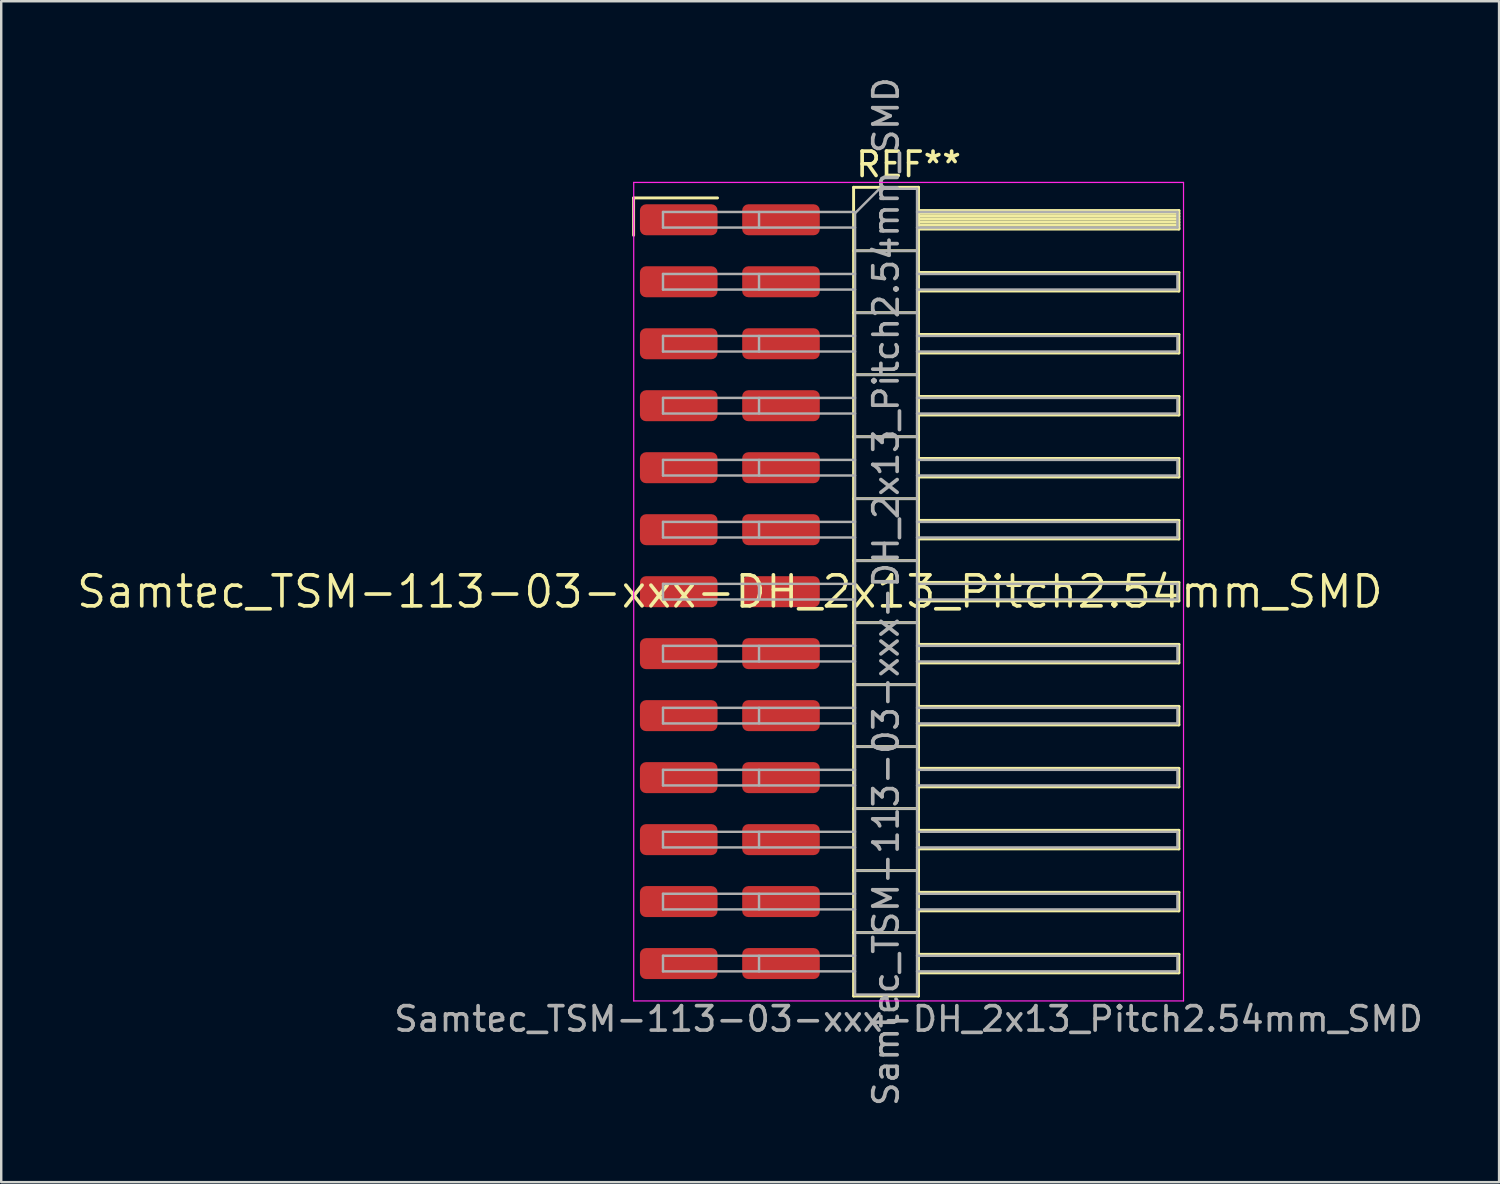
<source format=kicad_pcb>
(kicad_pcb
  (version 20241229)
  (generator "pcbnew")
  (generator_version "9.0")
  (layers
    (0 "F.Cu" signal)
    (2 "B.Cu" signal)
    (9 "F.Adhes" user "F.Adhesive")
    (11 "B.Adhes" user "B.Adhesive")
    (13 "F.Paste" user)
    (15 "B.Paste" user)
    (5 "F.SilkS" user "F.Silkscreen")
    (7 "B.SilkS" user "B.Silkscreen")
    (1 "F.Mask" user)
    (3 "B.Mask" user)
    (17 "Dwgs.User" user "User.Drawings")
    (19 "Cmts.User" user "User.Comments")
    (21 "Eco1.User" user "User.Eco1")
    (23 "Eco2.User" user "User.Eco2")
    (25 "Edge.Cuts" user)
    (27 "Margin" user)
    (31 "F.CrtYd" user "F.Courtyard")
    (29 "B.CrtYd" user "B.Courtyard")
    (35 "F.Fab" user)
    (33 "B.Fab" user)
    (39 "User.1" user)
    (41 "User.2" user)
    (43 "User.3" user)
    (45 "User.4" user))
  (footprint "Samtec_TSM-113-03-xxx-DH_2x13_Pitch2.54mm_SMD"
    (layer "F.Cu")
    (at 26.859 21.196)
    (property "Reference" "Samtec_TSM-113-03-xxx-DH_2x13_Pitch2.54mm_SMD" (at 0 0 0) (layer "F.SilkS") (effects (font (size 1.27 1.27) (thickness 0.15))))
    (attr smd)
    (fp_line (start -3.945 -16.135) (end -0.505 -16.135) (stroke (width 0.12) (type solid)) (layer "F.SilkS"))
    (fp_line (start -3.945 -14.605) (end -3.945 -16.135) (stroke (width 0.12) (type solid)) (layer "F.SilkS"))
    (fp_line (start 5.07 -16.57) (end 7.73 -16.57) (stroke (width 0.12) (type solid)) (layer "F.SilkS"))
    (fp_line (start 5.07 -13.97) (end 7.73 -13.97) (stroke (width 0.12) (type solid)) (layer "F.SilkS"))
    (fp_line (start 5.07 -11.43) (end 7.73 -11.43) (stroke (width 0.12) (type solid)) (layer "F.SilkS"))
    (fp_line (start 5.07 -8.89) (end 7.73 -8.89) (stroke (width 0.12) (type solid)) (layer "F.SilkS"))
    (fp_line (start 5.07 -6.35) (end 7.73 -6.35) (stroke (width 0.12) (type solid)) (layer "F.SilkS"))
    (fp_line (start 5.07 -3.81) (end 7.73 -3.81) (stroke (width 0.12) (type solid)) (layer "F.SilkS"))
    (fp_line (start 5.07 -1.27) (end 7.73 -1.27) (stroke (width 0.12) (type solid)) (layer "F.SilkS"))
    (fp_line (start 5.07 1.27) (end 7.73 1.27) (stroke (width 0.12) (type solid)) (layer "F.SilkS"))
    (fp_line (start 5.07 3.81) (end 7.73 3.81) (stroke (width 0.12) (type solid)) (layer "F.SilkS"))
    (fp_line (start 5.07 6.35) (end 7.73 6.35) (stroke (width 0.12) (type solid)) (layer "F.SilkS"))
    (fp_line (start 5.07 8.89) (end 7.73 8.89) (stroke (width 0.12) (type solid)) (layer "F.SilkS"))
    (fp_line (start 5.07 11.43) (end 7.73 11.43) (stroke (width 0.12) (type solid)) (layer "F.SilkS"))
    (fp_line (start 5.07 13.97) (end 7.73 13.97) (stroke (width 0.12) (type solid)) (layer "F.SilkS"))
    (fp_line (start 5.07 16.57) (end 5.07 -16.57) (stroke (width 0.12) (type solid)) (layer "F.SilkS"))
    (fp_line (start 7.73 -16.57) (end 7.73 16.57) (stroke (width 0.12) (type solid)) (layer "F.SilkS"))
    (fp_line (start 7.73 -15.62) (end 18.4 -15.62) (stroke (width 0.12) (type solid)) (layer "F.SilkS"))
    (fp_line (start 7.73 -15.5) (end 18.4 -15.5) (stroke (width 0.12) (type solid)) (layer "F.SilkS"))
    (fp_line (start 7.73 -15.38) (end 18.4 -15.38) (stroke (width 0.12) (type solid)) (layer "F.SilkS"))
    (fp_line (start 7.73 -15.26) (end 18.4 -15.26) (stroke (width 0.12) (type solid)) (layer "F.SilkS"))
    (fp_line (start 7.73 -15.14) (end 18.4 -15.14) (stroke (width 0.12) (type solid)) (layer "F.SilkS"))
    (fp_line (start 7.73 -15.02) (end 18.4 -15.02) (stroke (width 0.12) (type solid)) (layer "F.SilkS"))
    (fp_line (start 7.73 -14.9) (end 18.4 -14.9) (stroke (width 0.12) (type solid)) (layer "F.SilkS"))
    (fp_line (start 7.73 -14.86) (end 18.4 -14.86) (stroke (width 0.12) (type solid)) (layer "F.SilkS"))
    (fp_line (start 7.73 -13.08) (end 18.4 -13.08) (stroke (width 0.12) (type solid)) (layer "F.SilkS"))
    (fp_line (start 7.73 -12.32) (end 18.4 -12.32) (stroke (width 0.12) (type solid)) (layer "F.SilkS"))
    (fp_line (start 7.73 -10.54) (end 18.4 -10.54) (stroke (width 0.12) (type solid)) (layer "F.SilkS"))
    (fp_line (start 7.73 -9.78) (end 18.4 -9.78) (stroke (width 0.12) (type solid)) (layer "F.SilkS"))
    (fp_line (start 7.73 -8) (end 18.4 -8) (stroke (width 0.12) (type solid)) (layer "F.SilkS"))
    (fp_line (start 7.73 -7.24) (end 18.4 -7.24) (stroke (width 0.12) (type solid)) (layer "F.SilkS"))
    (fp_line (start 7.73 -5.46) (end 18.4 -5.46) (stroke (width 0.12) (type solid)) (layer "F.SilkS"))
    (fp_line (start 7.73 -4.7) (end 18.4 -4.7) (stroke (width 0.12) (type solid)) (layer "F.SilkS"))
    (fp_line (start 7.73 -2.92) (end 18.4 -2.92) (stroke (width 0.12) (type solid)) (layer "F.SilkS"))
    (fp_line (start 7.73 -2.16) (end 18.4 -2.16) (stroke (width 0.12) (type solid)) (layer "F.SilkS"))
    (fp_line (start 7.73 -0.38) (end 18.4 -0.38) (stroke (width 0.12) (type solid)) (layer "F.SilkS"))
    (fp_line (start 7.73 0.38) (end 18.4 0.38) (stroke (width 0.12) (type solid)) (layer "F.SilkS"))
    (fp_line (start 7.73 2.16) (end 18.4 2.16) (stroke (width 0.12) (type solid)) (layer "F.SilkS"))
    (fp_line (start 7.73 2.92) (end 18.4 2.92) (stroke (width 0.12) (type solid)) (layer "F.SilkS"))
    (fp_line (start 7.73 4.7) (end 18.4 4.7) (stroke (width 0.12) (type solid)) (layer "F.SilkS"))
    (fp_line (start 7.73 5.46) (end 18.4 5.46) (stroke (width 0.12) (type solid)) (layer "F.SilkS"))
    (fp_line (start 7.73 7.24) (end 18.4 7.24) (stroke (width 0.12) (type solid)) (layer "F.SilkS"))
    (fp_line (start 7.73 8) (end 18.4 8) (stroke (width 0.12) (type solid)) (layer "F.SilkS"))
    (fp_line (start 7.73 9.78) (end 18.4 9.78) (stroke (width 0.12) (type solid)) (layer "F.SilkS"))
    (fp_line (start 7.73 10.54) (end 18.4 10.54) (stroke (width 0.12) (type solid)) (layer "F.SilkS"))
    (fp_line (start 7.73 12.32) (end 18.4 12.32) (stroke (width 0.12) (type solid)) (layer "F.SilkS"))
    (fp_line (start 7.73 13.08) (end 18.4 13.08) (stroke (width 0.12) (type solid)) (layer "F.SilkS"))
    (fp_line (start 7.73 14.86) (end 18.4 14.86) (stroke (width 0.12) (type solid)) (layer "F.SilkS"))
    (fp_line (start 7.73 15.62) (end 18.4 15.62) (stroke (width 0.12) (type solid)) (layer "F.SilkS"))
    (fp_line (start 7.73 16.57) (end 5.07 16.57) (stroke (width 0.12) (type solid)) (layer "F.SilkS"))
    (fp_line (start 18.4 -15.62) (end 18.4 -14.86) (stroke (width 0.12) (type solid)) (layer "F.SilkS"))
    (fp_line (start 18.4 -13.08) (end 18.4 -12.32) (stroke (width 0.12) (type solid)) (layer "F.SilkS"))
    (fp_line (start 18.4 -10.54) (end 18.4 -9.78) (stroke (width 0.12) (type solid)) (layer "F.SilkS"))
    (fp_line (start 18.4 -8) (end 18.4 -7.24) (stroke (width 0.12) (type solid)) (layer "F.SilkS"))
    (fp_line (start 18.4 -5.46) (end 18.4 -4.7) (stroke (width 0.12) (type solid)) (layer "F.SilkS"))
    (fp_line (start 18.4 -2.92) (end 18.4 -2.16) (stroke (width 0.12) (type solid)) (layer "F.SilkS"))
    (fp_line (start 18.4 -0.38) (end 18.4 0.38) (stroke (width 0.12) (type solid)) (layer "F.SilkS"))
    (fp_line (start 18.4 2.16) (end 18.4 2.92) (stroke (width 0.12) (type solid)) (layer "F.SilkS"))
    (fp_line (start 18.4 4.7) (end 18.4 5.46) (stroke (width 0.12) (type solid)) (layer "F.SilkS"))
    (fp_line (start 18.4 7.24) (end 18.4 8) (stroke (width 0.12) (type solid)) (layer "F.SilkS"))
    (fp_line (start 18.4 9.78) (end 18.4 10.54) (stroke (width 0.12) (type solid)) (layer "F.SilkS"))
    (fp_line (start 18.4 12.32) (end 18.4 13.08) (stroke (width 0.12) (type solid)) (layer "F.SilkS"))
    (fp_line (start 18.4 14.86) (end 18.4 15.62) (stroke (width 0.12) (type solid)) (layer "F.SilkS"))
    (fp_line (start -3.94 -16.77) (end 18.59 -16.77) (stroke (width 0.05) (type solid)) (layer "F.CrtYd"))
    (fp_line (start -3.94 16.77) (end -3.94 -16.77) (stroke (width 0.05) (type solid)) (layer "F.CrtYd"))
    (fp_line (start 18.59 -16.77) (end 18.59 16.77) (stroke (width 0.05) (type solid)) (layer "F.CrtYd"))
    (fp_line (start 18.59 16.77) (end -3.94 16.77) (stroke (width 0.05) (type solid)) (layer "F.CrtYd"))
    (fp_line (start -2.74 -15.56) (end -2.74 -14.92) (stroke (width 0.1) (type solid)) (layer "F.Fab"))
    (fp_line (start -2.74 -15.56) (end 5.13 -15.56) (stroke (width 0.1) (type solid)) (layer "F.Fab"))
    (fp_line (start -2.74 -14.92) (end 5.13 -14.92) (stroke (width 0.1) (type solid)) (layer "F.Fab"))
    (fp_line (start -2.74 -13.02) (end -2.74 -12.38) (stroke (width 0.1) (type solid)) (layer "F.Fab"))
    (fp_line (start -2.74 -13.02) (end 5.13 -13.02) (stroke (width 0.1) (type solid)) (layer "F.Fab"))
    (fp_line (start -2.74 -12.38) (end 5.13 -12.38) (stroke (width 0.1) (type solid)) (layer "F.Fab"))
    (fp_line (start -2.74 -10.48) (end -2.74 -9.84) (stroke (width 0.1) (type solid)) (layer "F.Fab"))
    (fp_line (start -2.74 -10.48) (end 5.13 -10.48) (stroke (width 0.1) (type solid)) (layer "F.Fab"))
    (fp_line (start -2.74 -9.84) (end 5.13 -9.84) (stroke (width 0.1) (type solid)) (layer "F.Fab"))
    (fp_line (start -2.74 -7.94) (end -2.74 -7.3) (stroke (width 0.1) (type solid)) (layer "F.Fab"))
    (fp_line (start -2.74 -7.94) (end 5.13 -7.94) (stroke (width 0.1) (type solid)) (layer "F.Fab"))
    (fp_line (start -2.74 -7.3) (end 5.13 -7.3) (stroke (width 0.1) (type solid)) (layer "F.Fab"))
    (fp_line (start -2.74 -5.4) (end -2.74 -4.76) (stroke (width 0.1) (type solid)) (layer "F.Fab"))
    (fp_line (start -2.74 -5.4) (end 5.13 -5.4) (stroke (width 0.1) (type solid)) (layer "F.Fab"))
    (fp_line (start -2.74 -4.76) (end 5.13 -4.76) (stroke (width 0.1) (type solid)) (layer "F.Fab"))
    (fp_line (start -2.74 -2.86) (end -2.74 -2.22) (stroke (width 0.1) (type solid)) (layer "F.Fab"))
    (fp_line (start -2.74 -2.86) (end 5.13 -2.86) (stroke (width 0.1) (type solid)) (layer "F.Fab"))
    (fp_line (start -2.74 -2.22) (end 5.13 -2.22) (stroke (width 0.1) (type solid)) (layer "F.Fab"))
    (fp_line (start -2.74 -0.32) (end -2.74 0.32) (stroke (width 0.1) (type solid)) (layer "F.Fab"))
    (fp_line (start -2.74 -0.32) (end 5.13 -0.32) (stroke (width 0.1) (type solid)) (layer "F.Fab"))
    (fp_line (start -2.74 0.32) (end 5.13 0.32) (stroke (width 0.1) (type solid)) (layer "F.Fab"))
    (fp_line (start -2.74 2.22) (end -2.74 2.86) (stroke (width 0.1) (type solid)) (layer "F.Fab"))
    (fp_line (start -2.74 2.22) (end 5.13 2.22) (stroke (width 0.1) (type solid)) (layer "F.Fab"))
    (fp_line (start -2.74 2.86) (end 5.13 2.86) (stroke (width 0.1) (type solid)) (layer "F.Fab"))
    (fp_line (start -2.74 4.76) (end -2.74 5.4) (stroke (width 0.1) (type solid)) (layer "F.Fab"))
    (fp_line (start -2.74 4.76) (end 5.13 4.76) (stroke (width 0.1) (type solid)) (layer "F.Fab"))
    (fp_line (start -2.74 5.4) (end 5.13 5.4) (stroke (width 0.1) (type solid)) (layer "F.Fab"))
    (fp_line (start -2.74 7.3) (end -2.74 7.94) (stroke (width 0.1) (type solid)) (layer "F.Fab"))
    (fp_line (start -2.74 7.3) (end 5.13 7.3) (stroke (width 0.1) (type solid)) (layer "F.Fab"))
    (fp_line (start -2.74 7.94) (end 5.13 7.94) (stroke (width 0.1) (type solid)) (layer "F.Fab"))
    (fp_line (start -2.74 9.84) (end -2.74 10.48) (stroke (width 0.1) (type solid)) (layer "F.Fab"))
    (fp_line (start -2.74 9.84) (end 5.13 9.84) (stroke (width 0.1) (type solid)) (layer "F.Fab"))
    (fp_line (start -2.74 10.48) (end 5.13 10.48) (stroke (width 0.1) (type solid)) (layer "F.Fab"))
    (fp_line (start -2.74 12.38) (end -2.74 13.02) (stroke (width 0.1) (type solid)) (layer "F.Fab"))
    (fp_line (start -2.74 12.38) (end 5.13 12.38) (stroke (width 0.1) (type solid)) (layer "F.Fab"))
    (fp_line (start -2.74 13.02) (end 5.13 13.02) (stroke (width 0.1) (type solid)) (layer "F.Fab"))
    (fp_line (start -2.74 14.92) (end -2.74 15.56) (stroke (width 0.1) (type solid)) (layer "F.Fab"))
    (fp_line (start -2.74 14.92) (end 5.13 14.92) (stroke (width 0.1) (type solid)) (layer "F.Fab"))
    (fp_line (start -2.74 15.56) (end 5.13 15.56) (stroke (width 0.1) (type solid)) (layer "F.Fab"))
    (fp_line (start 1.195 -15.56) (end 1.195 -14.92) (stroke (width 0.1) (type solid)) (layer "F.Fab"))
    (fp_line (start 1.195 -13.02) (end 1.195 -12.38) (stroke (width 0.1) (type solid)) (layer "F.Fab"))
    (fp_line (start 1.195 -10.48) (end 1.195 -9.84) (stroke (width 0.1) (type solid)) (layer "F.Fab"))
    (fp_line (start 1.195 -7.94) (end 1.195 -7.3) (stroke (width 0.1) (type solid)) (layer "F.Fab"))
    (fp_line (start 1.195 -5.4) (end 1.195 -4.76) (stroke (width 0.1) (type solid)) (layer "F.Fab"))
    (fp_line (start 1.195 -2.86) (end 1.195 -2.22) (stroke (width 0.1) (type solid)) (layer "F.Fab"))
    (fp_line (start 1.195 -0.32) (end 1.195 0.32) (stroke (width 0.1) (type solid)) (layer "F.Fab"))
    (fp_line (start 1.195 2.22) (end 1.195 2.86) (stroke (width 0.1) (type solid)) (layer "F.Fab"))
    (fp_line (start 1.195 4.76) (end 1.195 5.4) (stroke (width 0.1) (type solid)) (layer "F.Fab"))
    (fp_line (start 1.195 7.3) (end 1.195 7.94) (stroke (width 0.1) (type solid)) (layer "F.Fab"))
    (fp_line (start 1.195 9.84) (end 1.195 10.48) (stroke (width 0.1) (type solid)) (layer "F.Fab"))
    (fp_line (start 1.195 12.38) (end 1.195 13.02) (stroke (width 0.1) (type solid)) (layer "F.Fab"))
    (fp_line (start 1.195 14.92) (end 1.195 15.56) (stroke (width 0.1) (type solid)) (layer "F.Fab"))
    (fp_line (start 5.13 -15.51) (end 6.13 -16.51) (stroke (width 0.1) (type solid)) (layer "F.Fab"))
    (fp_line (start 5.13 -13.97) (end 7.67 -13.97) (stroke (width 0.1) (type solid)) (layer "F.Fab"))
    (fp_line (start 5.13 -11.43) (end 7.67 -11.43) (stroke (width 0.1) (type solid)) (layer "F.Fab"))
    (fp_line (start 5.13 -8.89) (end 7.67 -8.89) (stroke (width 0.1) (type solid)) (layer "F.Fab"))
    (fp_line (start 5.13 -6.35) (end 7.67 -6.35) (stroke (width 0.1) (type solid)) (layer "F.Fab"))
    (fp_line (start 5.13 -3.81) (end 7.67 -3.81) (stroke (width 0.1) (type solid)) (layer "F.Fab"))
    (fp_line (start 5.13 -1.27) (end 7.67 -1.27) (stroke (width 0.1) (type solid)) (layer "F.Fab"))
    (fp_line (start 5.13 1.27) (end 7.67 1.27) (stroke (width 0.1) (type solid)) (layer "F.Fab"))
    (fp_line (start 5.13 3.81) (end 7.67 3.81) (stroke (width 0.1) (type solid)) (layer "F.Fab"))
    (fp_line (start 5.13 6.35) (end 7.67 6.35) (stroke (width 0.1) (type solid)) (layer "F.Fab"))
    (fp_line (start 5.13 8.89) (end 7.67 8.89) (stroke (width 0.1) (type solid)) (layer "F.Fab"))
    (fp_line (start 5.13 11.43) (end 7.67 11.43) (stroke (width 0.1) (type solid)) (layer "F.Fab"))
    (fp_line (start 5.13 13.97) (end 7.67 13.97) (stroke (width 0.1) (type solid)) (layer "F.Fab"))
    (fp_line (start 5.13 16.51) (end 5.13 -15.51) (stroke (width 0.1) (type solid)) (layer "F.Fab"))
    (fp_line (start 6.13 -16.51) (end 7.67 -16.51) (stroke (width 0.1) (type solid)) (layer "F.Fab"))
    (fp_line (start 7.67 -16.51) (end 7.67 16.51) (stroke (width 0.1) (type solid)) (layer "F.Fab"))
    (fp_line (start 7.67 -15.56) (end 18.34 -15.56) (stroke (width 0.1) (type solid)) (layer "F.Fab"))
    (fp_line (start 7.67 -14.92) (end 18.34 -14.92) (stroke (width 0.1) (type solid)) (layer "F.Fab"))
    (fp_line (start 7.67 -13.02) (end 18.34 -13.02) (stroke (width 0.1) (type solid)) (layer "F.Fab"))
    (fp_line (start 7.67 -12.38) (end 18.34 -12.38) (stroke (width 0.1) (type solid)) (layer "F.Fab"))
    (fp_line (start 7.67 -10.48) (end 18.34 -10.48) (stroke (width 0.1) (type solid)) (layer "F.Fab"))
    (fp_line (start 7.67 -9.84) (end 18.34 -9.84) (stroke (width 0.1) (type solid)) (layer "F.Fab"))
    (fp_line (start 7.67 -7.94) (end 18.34 -7.94) (stroke (width 0.1) (type solid)) (layer "F.Fab"))
    (fp_line (start 7.67 -7.3) (end 18.34 -7.3) (stroke (width 0.1) (type solid)) (layer "F.Fab"))
    (fp_line (start 7.67 -5.4) (end 18.34 -5.4) (stroke (width 0.1) (type solid)) (layer "F.Fab"))
    (fp_line (start 7.67 -4.76) (end 18.34 -4.76) (stroke (width 0.1) (type solid)) (layer "F.Fab"))
    (fp_line (start 7.67 -2.86) (end 18.34 -2.86) (stroke (width 0.1) (type solid)) (layer "F.Fab"))
    (fp_line (start 7.67 -2.22) (end 18.34 -2.22) (stroke (width 0.1) (type solid)) (layer "F.Fab"))
    (fp_line (start 7.67 -0.32) (end 18.34 -0.32) (stroke (width 0.1) (type solid)) (layer "F.Fab"))
    (fp_line (start 7.67 0.32) (end 18.34 0.32) (stroke (width 0.1) (type solid)) (layer "F.Fab"))
    (fp_line (start 7.67 2.22) (end 18.34 2.22) (stroke (width 0.1) (type solid)) (layer "F.Fab"))
    (fp_line (start 7.67 2.86) (end 18.34 2.86) (stroke (width 0.1) (type solid)) (layer "F.Fab"))
    (fp_line (start 7.67 4.76) (end 18.34 4.76) (stroke (width 0.1) (type solid)) (layer "F.Fab"))
    (fp_line (start 7.67 5.4) (end 18.34 5.4) (stroke (width 0.1) (type solid)) (layer "F.Fab"))
    (fp_line (start 7.67 7.3) (end 18.34 7.3) (stroke (width 0.1) (type solid)) (layer "F.Fab"))
    (fp_line (start 7.67 7.94) (end 18.34 7.94) (stroke (width 0.1) (type solid)) (layer "F.Fab"))
    (fp_line (start 7.67 9.84) (end 18.34 9.84) (stroke (width 0.1) (type solid)) (layer "F.Fab"))
    (fp_line (start 7.67 10.48) (end 18.34 10.48) (stroke (width 0.1) (type solid)) (layer "F.Fab"))
    (fp_line (start 7.67 12.38) (end 18.34 12.38) (stroke (width 0.1) (type solid)) (layer "F.Fab"))
    (fp_line (start 7.67 13.02) (end 18.34 13.02) (stroke (width 0.1) (type solid)) (layer "F.Fab"))
    (fp_line (start 7.67 14.92) (end 18.34 14.92) (stroke (width 0.1) (type solid)) (layer "F.Fab"))
    (fp_line (start 7.67 15.56) (end 18.34 15.56) (stroke (width 0.1) (type solid)) (layer "F.Fab"))
    (fp_line (start 7.67 16.51) (end 5.13 16.51) (stroke (width 0.1) (type solid)) (layer "F.Fab"))
    (fp_line (start 18.34 -15.56) (end 18.34 -14.92) (stroke (width 0.1) (type solid)) (layer "F.Fab"))
    (fp_line (start 18.34 -13.02) (end 18.34 -12.38) (stroke (width 0.1) (type solid)) (layer "F.Fab"))
    (fp_line (start 18.34 -10.48) (end 18.34 -9.84) (stroke (width 0.1) (type solid)) (layer "F.Fab"))
    (fp_line (start 18.34 -7.94) (end 18.34 -7.3) (stroke (width 0.1) (type solid)) (layer "F.Fab"))
    (fp_line (start 18.34 -5.4) (end 18.34 -4.76) (stroke (width 0.1) (type solid)) (layer "F.Fab"))
    (fp_line (start 18.34 -2.86) (end 18.34 -2.22) (stroke (width 0.1) (type solid)) (layer "F.Fab"))
    (fp_line (start 18.34 -0.32) (end 18.34 0.32) (stroke (width 0.1) (type solid)) (layer "F.Fab"))
    (fp_line (start 18.34 2.22) (end 18.34 2.86) (stroke (width 0.1) (type solid)) (layer "F.Fab"))
    (fp_line (start 18.34 4.76) (end 18.34 5.4) (stroke (width 0.1) (type solid)) (layer "F.Fab"))
    (fp_line (start 18.34 7.3) (end 18.34 7.94) (stroke (width 0.1) (type solid)) (layer "F.Fab"))
    (fp_line (start 18.34 9.84) (end 18.34 10.48) (stroke (width 0.1) (type solid)) (layer "F.Fab"))
    (fp_line (start 18.34 12.38) (end 18.34 13.02) (stroke (width 0.1) (type solid)) (layer "F.Fab"))
    (fp_line (start 18.34 14.92) (end 18.34 15.56) (stroke (width 0.1) (type solid)) (layer "F.Fab"))
    (fp_text user "REF**" (at 7.325 -17.51 0) (layer "F.SilkS") (effects (font (size 1 1) (thickness 0.15))))
    (fp_text user "${REFERENCE}" (at 6.4 0 90) (layer "F.Fab") (effects (font (size 1 1) (thickness 0.15))))
    (fp_text user "Samtec_TSM-113-03-xxx-DH_2x13_Pitch2.54mm_SMD" (at 7.325 17.51 0) (layer "F.Fab") (effects (font (size 1 1) (thickness 0.15))))
    (pad "1" smd roundrect (at -2.095 -15.24) (size 3.18 1.27) (layers "F.Cu" "F.Mask" "F.Paste") (roundrect_rratio 0.197))
    (pad "2" smd roundrect (at 2.095 -15.24) (size 3.18 1.27) (layers "F.Cu" "F.Mask" "F.Paste") (roundrect_rratio 0.197))
    (pad "3" smd roundrect (at -2.095 -12.7) (size 3.18 1.27) (layers "F.Cu" "F.Mask" "F.Paste") (roundrect_rratio 0.197))
    (pad "4" smd roundrect (at 2.095 -12.7) (size 3.18 1.27) (layers "F.Cu" "F.Mask" "F.Paste") (roundrect_rratio 0.197))
    (pad "5" smd roundrect (at -2.095 -10.16) (size 3.18 1.27) (layers "F.Cu" "F.Mask" "F.Paste") (roundrect_rratio 0.197))
    (pad "6" smd roundrect (at 2.095 -10.16) (size 3.18 1.27) (layers "F.Cu" "F.Mask" "F.Paste") (roundrect_rratio 0.197))
    (pad "7" smd roundrect (at -2.095 -7.62) (size 3.18 1.27) (layers "F.Cu" "F.Mask" "F.Paste") (roundrect_rratio 0.197))
    (pad "8" smd roundrect (at 2.095 -7.62) (size 3.18 1.27) (layers "F.Cu" "F.Mask" "F.Paste") (roundrect_rratio 0.197))
    (pad "9" smd roundrect (at -2.095 -5.08) (size 3.18 1.27) (layers "F.Cu" "F.Mask" "F.Paste") (roundrect_rratio 0.197))
    (pad "10" smd roundrect (at 2.095 -5.08) (size 3.18 1.27) (layers "F.Cu" "F.Mask" "F.Paste") (roundrect_rratio 0.197))
    (pad "11" smd roundrect (at -2.095 -2.54) (size 3.18 1.27) (layers "F.Cu" "F.Mask" "F.Paste") (roundrect_rratio 0.197))
    (pad "12" smd roundrect (at 2.095 -2.54) (size 3.18 1.27) (layers "F.Cu" "F.Mask" "F.Paste") (roundrect_rratio 0.197))
    (pad "13" smd roundrect (at -2.095 0) (size 3.18 1.27) (layers "F.Cu" "F.Mask" "F.Paste") (roundrect_rratio 0.197))
    (pad "14" smd roundrect (at 2.095 0) (size 3.18 1.27) (layers "F.Cu" "F.Mask" "F.Paste") (roundrect_rratio 0.197))
    (pad "15" smd roundrect (at -2.095 2.54) (size 3.18 1.27) (layers "F.Cu" "F.Mask" "F.Paste") (roundrect_rratio 0.197))
    (pad "16" smd roundrect (at 2.095 2.54) (size 3.18 1.27) (layers "F.Cu" "F.Mask" "F.Paste") (roundrect_rratio 0.197))
    (pad "17" smd roundrect (at -2.095 5.08) (size 3.18 1.27) (layers "F.Cu" "F.Mask" "F.Paste") (roundrect_rratio 0.197))
    (pad "18" smd roundrect (at 2.095 5.08) (size 3.18 1.27) (layers "F.Cu" "F.Mask" "F.Paste") (roundrect_rratio 0.197))
    (pad "19" smd roundrect (at -2.095 7.62) (size 3.18 1.27) (layers "F.Cu" "F.Mask" "F.Paste") (roundrect_rratio 0.197))
    (pad "20" smd roundrect (at 2.095 7.62) (size 3.18 1.27) (layers "F.Cu" "F.Mask" "F.Paste") (roundrect_rratio 0.197))
    (pad "21" smd roundrect (at -2.095 10.16) (size 3.18 1.27) (layers "F.Cu" "F.Mask" "F.Paste") (roundrect_rratio 0.197))
    (pad "22" smd roundrect (at 2.095 10.16) (size 3.18 1.27) (layers "F.Cu" "F.Mask" "F.Paste") (roundrect_rratio 0.197))
    (pad "23" smd roundrect (at -2.095 12.7) (size 3.18 1.27) (layers "F.Cu" "F.Mask" "F.Paste") (roundrect_rratio 0.197))
    (pad "24" smd roundrect (at 2.095 12.7) (size 3.18 1.27) (layers "F.Cu" "F.Mask" "F.Paste") (roundrect_rratio 0.197))
    (pad "25" smd roundrect (at -2.095 15.24) (size 3.18 1.27) (layers "F.Cu" "F.Mask" "F.Paste") (roundrect_rratio 0.197))
    (pad "26" smd roundrect (at 2.095 15.24) (size 3.18 1.27) (layers "F.Cu" "F.Mask" "F.Paste") (roundrect_rratio 0.197)))
  (gr_rect
    (start -3 -3)
    (end 58.38 45.393)
    (stroke (width 0.1) (type default))
    (fill no)
    (layer "Edge.Cuts")))
</source>
